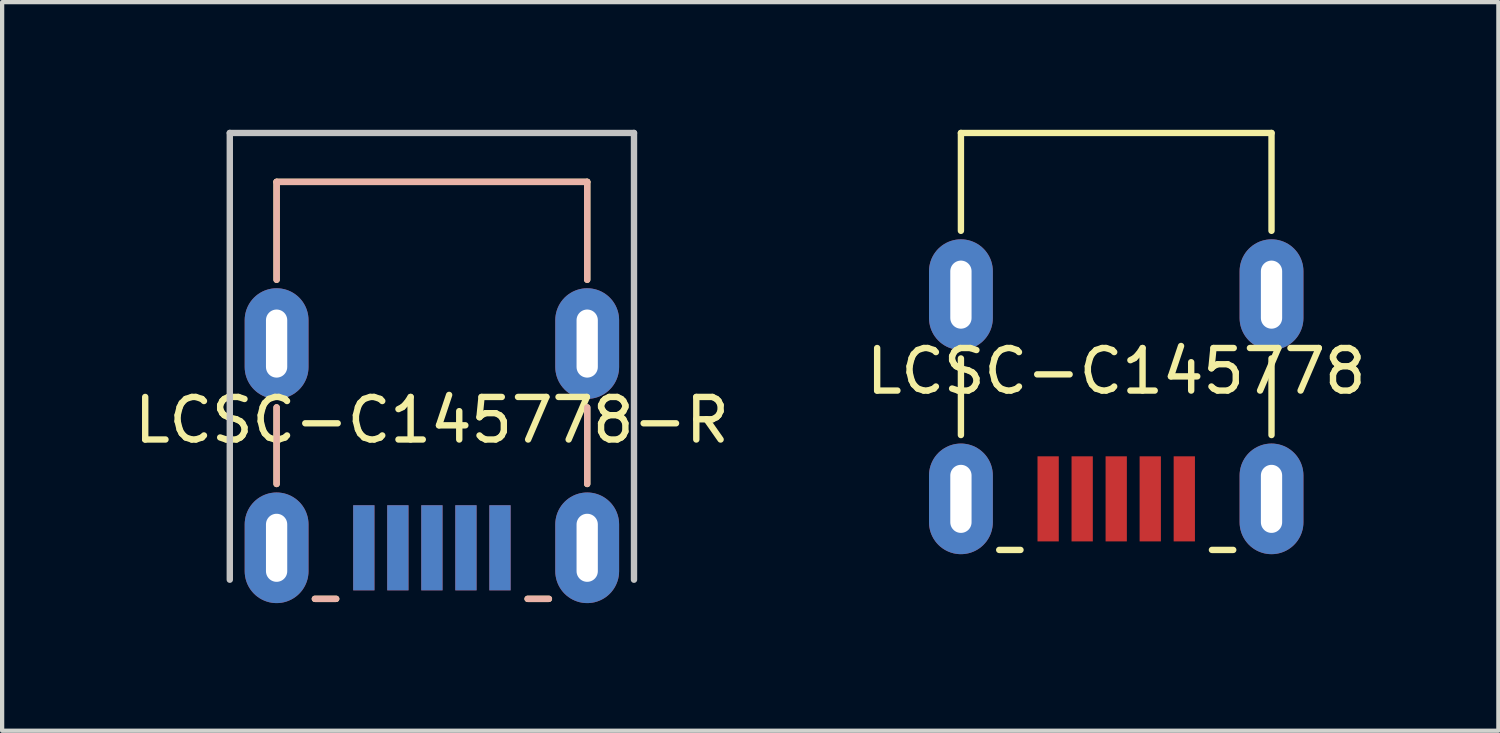
<source format=kicad_pcb>
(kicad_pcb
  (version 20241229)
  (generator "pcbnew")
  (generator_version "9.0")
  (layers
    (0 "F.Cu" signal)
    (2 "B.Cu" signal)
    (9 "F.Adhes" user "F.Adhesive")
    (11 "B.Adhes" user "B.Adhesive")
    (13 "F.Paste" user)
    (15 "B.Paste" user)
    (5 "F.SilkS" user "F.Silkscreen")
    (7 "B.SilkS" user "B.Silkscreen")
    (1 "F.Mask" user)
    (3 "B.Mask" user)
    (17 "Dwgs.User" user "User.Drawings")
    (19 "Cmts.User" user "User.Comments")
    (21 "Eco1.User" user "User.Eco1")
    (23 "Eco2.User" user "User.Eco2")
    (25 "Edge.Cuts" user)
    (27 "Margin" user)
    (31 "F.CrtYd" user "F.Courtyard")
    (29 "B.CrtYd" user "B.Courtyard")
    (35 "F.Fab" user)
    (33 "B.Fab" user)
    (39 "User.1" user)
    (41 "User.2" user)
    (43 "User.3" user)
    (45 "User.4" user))
  (footprint "LCSC-C145778-R"
    (layer "F.Cu")
    (at 7.101 9.825)
    (property "Reference" "LCSC-C145778-R" (at 0 -3 180) (layer "F.SilkS") (effects (font (size 1 1) (thickness 0.15))))
    (attr through_hole)
    (fp_line (start -3.65 -8.6) (end -3.65 -6.3) (stroke (width 0.15) (type solid)) (layer "F.SilkS"))
    (fp_line (start -3.65 -8.6) (end 3.65 -8.6) (stroke (width 0.15) (type solid)) (layer "F.SilkS"))
    (fp_line (start -3.65 -3.3) (end -3.65 -1.5) (stroke (width 0.15) (type solid)) (layer "F.SilkS"))
    (fp_line (start -2.75 1.2) (end -2.25 1.2) (stroke (width 0.15) (type solid)) (layer "F.SilkS"))
    (fp_line (start 2.25 1.2) (end 2.75 1.2) (stroke (width 0.15) (type solid)) (layer "F.SilkS"))
    (fp_line (start 3.65 -8.6) (end 3.65 -6.3) (stroke (width 0.15) (type solid)) (layer "F.SilkS"))
    (fp_line (start 3.65 -3.3) (end 3.65 -1.5) (stroke (width 0.15) (type solid)) (layer "F.SilkS"))
    (fp_line (start -3.65 -8.6) (end -3.65 -6.3) (stroke (width 0.15) (type solid)) (layer "B.SilkS"))
    (fp_line (start -3.65 -8.6) (end 3.65 -8.6) (stroke (width 0.15) (type solid)) (layer "B.SilkS"))
    (fp_line (start -3.65 -3.3) (end -3.65 -1.5) (stroke (width 0.15) (type solid)) (layer "B.SilkS"))
    (fp_line (start -2.75 1.2) (end -2.25 1.2) (stroke (width 0.15) (type solid)) (layer "B.SilkS"))
    (fp_line (start 2.25 1.2) (end 2.75 1.2) (stroke (width 0.15) (type solid)) (layer "B.SilkS"))
    (fp_line (start 3.65 -8.6) (end 3.65 -6.3) (stroke (width 0.15) (type solid)) (layer "B.SilkS"))
    (fp_line (start 3.65 -3.3) (end 3.65 -1.5) (stroke (width 0.15) (type solid)) (layer "B.SilkS"))
    (fp_line (start -4.75 -9.75) (end 4.75 -9.75) (stroke (width 0.15) (type solid)) (layer "Dwgs.User"))
    (fp_line (start -4.75 0.75) (end -4.75 -9.75) (stroke (width 0.15) (type solid)) (layer "Dwgs.User"))
    (fp_line (start 4.75 -9.75) (end 4.75 0.75) (stroke (width 0.15) (type solid)) (layer "Dwgs.User"))
    (pad "1" smd rect (at -1.6 0 180) (size 0.5 2) (layers "B.Cu" "B.Mask" "B.Paste"))
    (pad "1" smd rect (at 1.6 0 180) (size 0.5 2) (layers "F.Cu" "F.Mask" "F.Paste"))
    (pad "2" smd rect (at -0.8 0 180) (size 0.5 2) (layers "B.Cu" "B.Mask" "B.Paste"))
    (pad "2" smd rect (at 0.8 0 180) (size 0.5 2) (layers "F.Cu" "F.Mask" "F.Paste"))
    (pad "3" smd rect (at 0 0 180) (size 0.5 2) (layers "F.Cu" "F.Mask" "F.Paste"))
    (pad "3" smd rect (at 0 0 180) (size 0.5 2) (layers "B.Cu" "B.Mask" "B.Paste"))
    (pad "4" smd rect (at -0.8 0 180) (size 0.5 2) (layers "F.Cu" "F.Mask" "F.Paste"))
    (pad "4" smd rect (at 0.8 0 180) (size 0.5 2) (layers "B.Cu" "B.Mask" "B.Paste"))
    (pad "5" smd rect (at -1.6 0 180) (size 0.5 2) (layers "F.Cu" "F.Mask" "F.Paste"))
    (pad "5" smd rect (at 1.6 0 180) (size 0.5 2) (layers "B.Cu" "B.Mask" "B.Paste"))
    (pad "6" thru_hole oval (at -3.65 -4.8) (size 1.5 2.6) (drill oval 0.5 1.6) (layers "*.Cu" "*.Mask"))
    (pad "6" thru_hole oval (at -3.65 0) (size 1.5 2.6) (drill oval 0.5 1.6) (layers "*.Cu" "*.Mask"))
    (pad "6" thru_hole oval (at 3.65 -4.8) (size 1.5 2.6) (drill oval 0.5 1.6) (layers "*.Cu" "*.Mask"))
    (pad "6" thru_hole oval (at 3.65 0) (size 1.5 2.6) (drill oval 0.5 1.6) (layers "*.Cu" "*.Mask")))
  (footprint "LCSC-C145778"
    (layer "F.Cu")
    (at 23.185 8.675)
    (property "Reference" "LCSC-C145778" (at 0 -3 180) (layer "F.SilkS") (effects (font (size 1 1) (thickness 0.15))))
    (attr through_hole)
    (fp_line (start -3.65 -8.6) (end -3.65 -6.3) (stroke (width 0.15) (type solid)) (layer "F.SilkS"))
    (fp_line (start -3.65 -8.6) (end 3.65 -8.6) (stroke (width 0.15) (type solid)) (layer "F.SilkS"))
    (fp_line (start -3.65 -3.3) (end -3.65 -1.5) (stroke (width 0.15) (type solid)) (layer "F.SilkS"))
    (fp_line (start -2.75 1.2) (end -2.25 1.2) (stroke (width 0.15) (type solid)) (layer "F.SilkS"))
    (fp_line (start 2.25 1.2) (end 2.75 1.2) (stroke (width 0.15) (type solid)) (layer "F.SilkS"))
    (fp_line (start 3.65 -8.6) (end 3.65 -6.3) (stroke (width 0.15) (type solid)) (layer "F.SilkS"))
    (fp_line (start 3.65 -3.3) (end 3.65 -1.5) (stroke (width 0.15) (type solid)) (layer "F.SilkS"))
    (pad "1" smd rect (at 1.6 0 180) (size 0.5 2) (layers "F.Cu" "F.Mask" "F.Paste"))
    (pad "2" smd rect (at 0.8 0 180) (size 0.5 2) (layers "F.Cu" "F.Mask" "F.Paste"))
    (pad "3" smd rect (at 0 0 180) (size 0.5 2) (layers "F.Cu" "F.Mask" "F.Paste"))
    (pad "4" smd rect (at -0.8 0 180) (size 0.5 2) (layers "F.Cu" "F.Mask" "F.Paste"))
    (pad "5" smd rect (at -1.6 0 180) (size 0.5 2) (layers "F.Cu" "F.Mask" "F.Paste"))
    (pad "6" thru_hole oval (at -3.65 -4.8) (size 1.5 2.6) (drill oval 0.5 1.6) (layers "*.Cu" "*.Mask"))
    (pad "6" thru_hole oval (at -3.65 0) (size 1.5 2.6) (drill oval 0.5 1.6) (layers "*.Cu" "*.Mask"))
    (pad "6" thru_hole oval (at 3.65 -4.8) (size 1.5 2.6) (drill oval 0.5 1.6) (layers "*.Cu" "*.Mask"))
    (pad "6" thru_hole oval (at 3.65 0) (size 1.5 2.6) (drill oval 0.5 1.6) (layers "*.Cu" "*.Mask")))
  (gr_rect
    (start -3 -3)
    (end 32.167 14.125)
    (stroke (width 0.1) (type default))
    (fill no)
    (layer "Edge.Cuts")))
</source>
